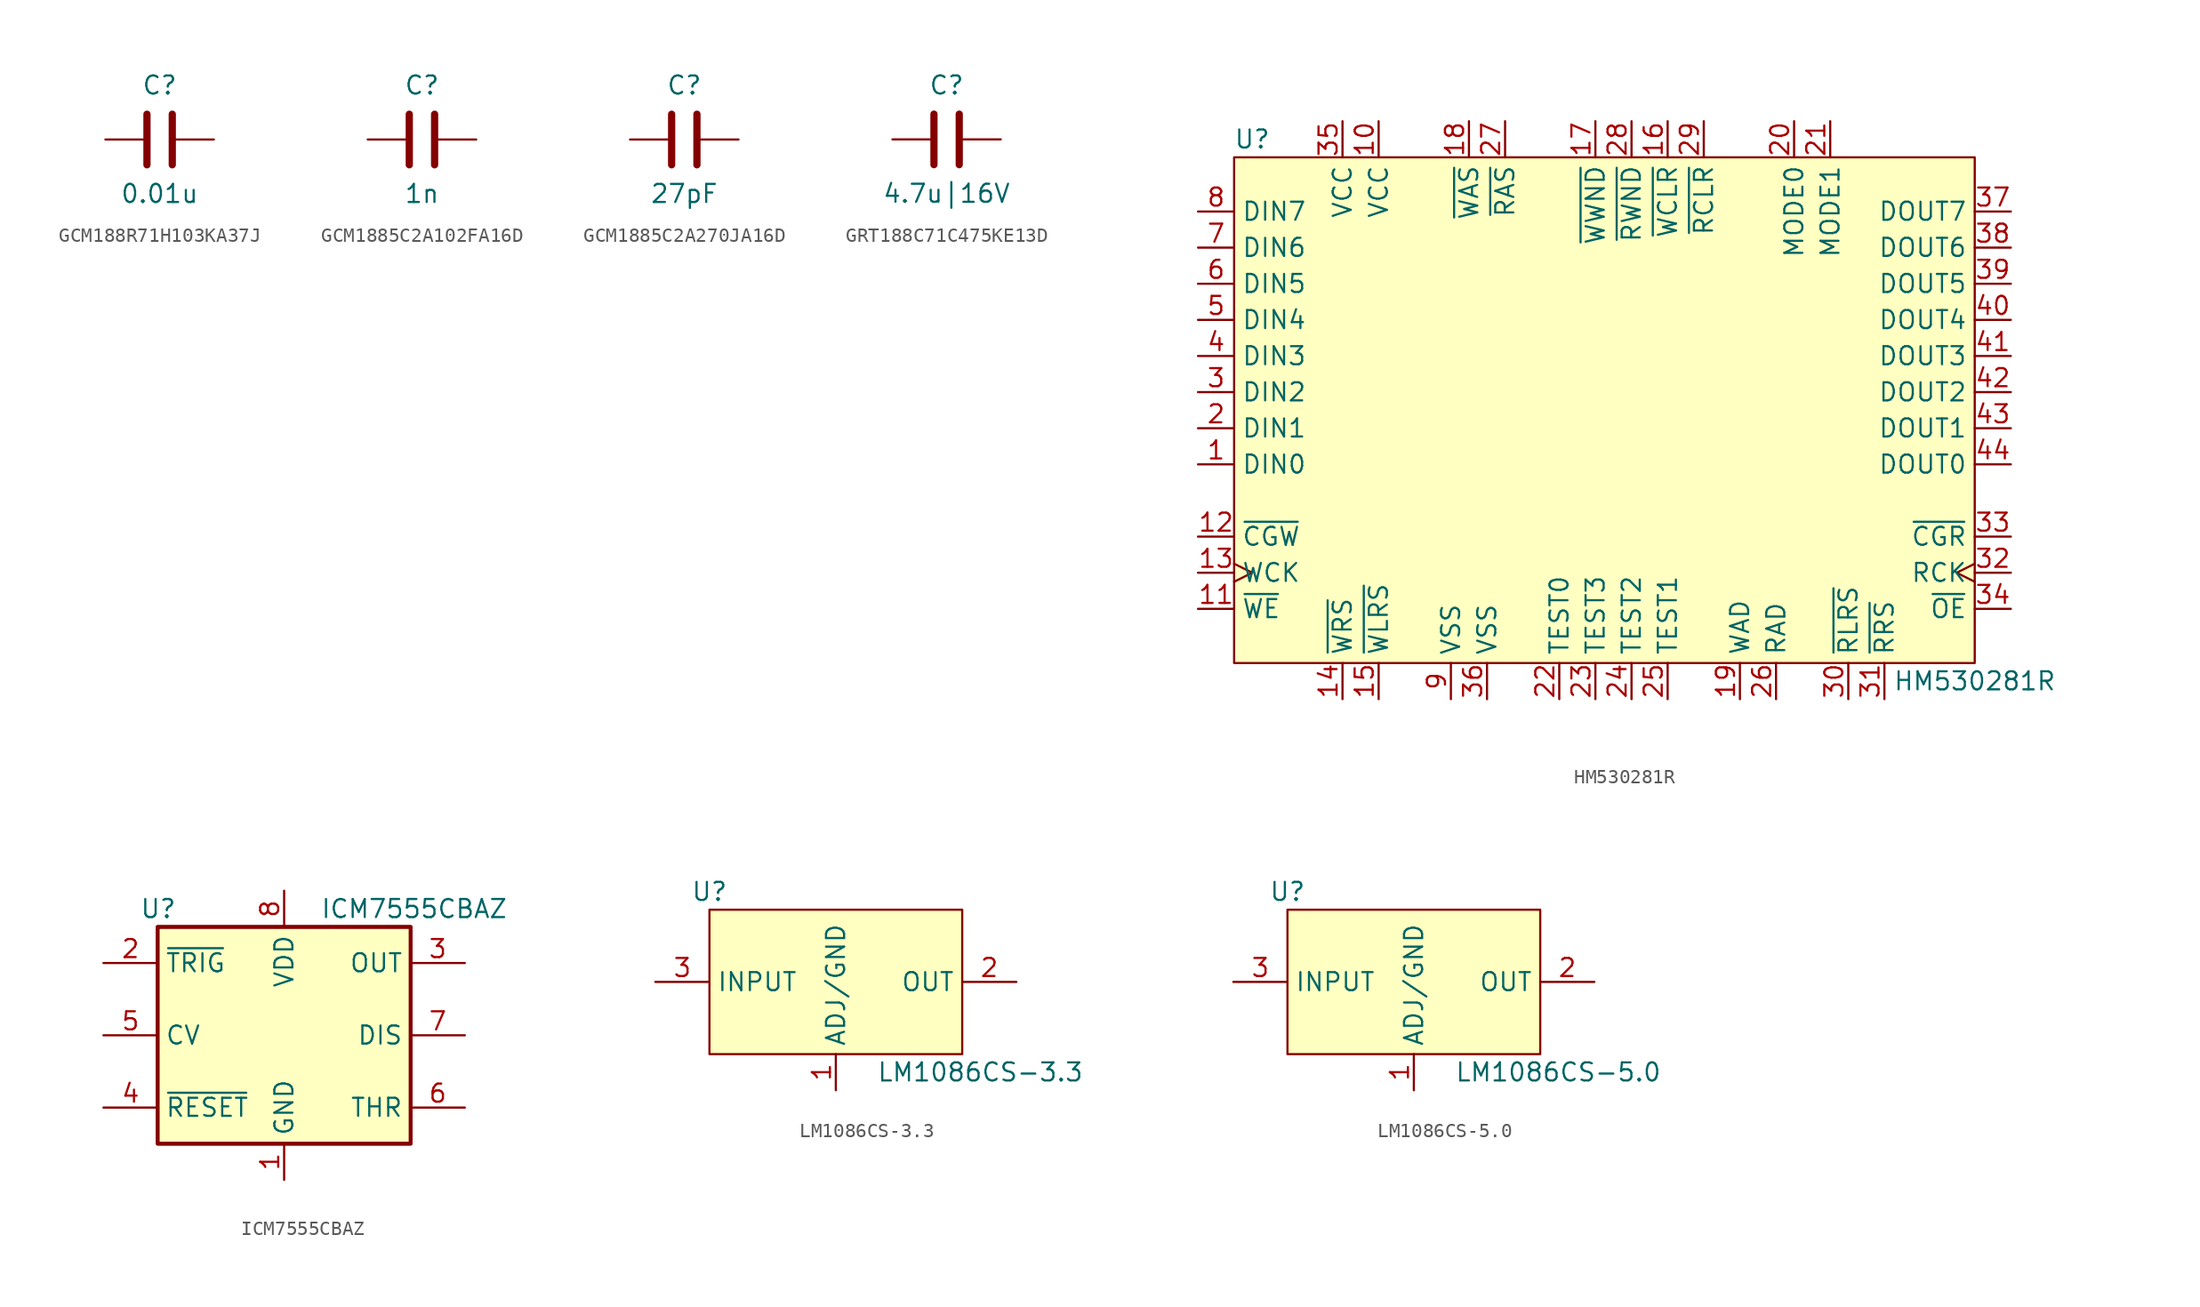
<source format=kicad_sym>
(kicad_symbol_lib
  (version 20220914)
  (generator kicad_symbol_editor)
  (symbol "GCM188R71H103KA37J"
    (pin_numbers hide)
    (pin_names
      (offset 1.016))
    (property "Reference" "C"
      (at 0 3.81 0)
      (effects (font (size 1.27 1.27))))
    (property "Value" "0.01u"
      (at 0 -3.81 0)
      (effects (font (size 1.27 1.27))))
    (symbol "GCM188R71H103KA37J_0_1"
      (rectangle (start -0.889 1.778) (end -0.889 -1.778) (stroke (width 0.508) (type solid)) (fill (type none)))
      (rectangle (start 0.889 1.778) (end 0.889 -1.778) (stroke (width 0.508) (type solid)) (fill (type none))))
    (symbol "GCM188R71H103KA37J_1_1"
      (pin passive line (at -3.81 0 0) (length 2.794) (name "~" (effects (font (size 1.27 1.27)))) (number "1" (effects (font (size 1.27 1.27)))))
      (pin passive line (at 3.81 0 180) (length 2.794) (name "~" (effects (font (size 1.27 1.27)))) (number "2" (effects (font (size 1.27 1.27)))))))
  (symbol "GCM1885C2A102FA16D"
    (pin_numbers hide)
    (pin_names
      (offset 1.016))
    (property "Reference" "C"
      (at 0 3.81 0)
      (effects (font (size 1.27 1.27))))
    (property "Value" "1n"
      (at 0 -3.81 0)
      (effects (font (size 1.27 1.27))))
    (symbol "GCM1885C2A102FA16D_0_1"
      (rectangle (start -0.889 1.778) (end -0.889 -1.778) (stroke (width 0.508) (type solid)) (fill (type none)))
      (rectangle (start 0.889 1.778) (end 0.889 -1.778) (stroke (width 0.508) (type solid)) (fill (type none))))
    (symbol "GCM1885C2A102FA16D_1_1"
      (pin passive line (at -3.81 0 0) (length 2.794) (name "~" (effects (font (size 1.27 1.27)))) (number "1" (effects (font (size 1.27 1.27)))))
      (pin passive line (at 3.81 0 180) (length 2.794) (name "~" (effects (font (size 1.27 1.27)))) (number "2" (effects (font (size 1.27 1.27)))))))
  (symbol "GCM1885C2A270JA16D"
    (pin_numbers hide)
    (pin_names
      (offset 1.016))
    (property "Reference" "C"
      (at 0 3.81 0)
      (effects (font (size 1.27 1.27))))
    (property "Value" "27pF"
      (at 0 -3.81 0)
      (effects (font (size 1.27 1.27))))
    (symbol "GCM1885C2A270JA16D_0_1"
      (rectangle (start -0.889 1.778) (end -0.889 -1.778) (stroke (width 0.508) (type solid)) (fill (type none)))
      (rectangle (start 0.889 1.778) (end 0.889 -1.778) (stroke (width 0.508) (type solid)) (fill (type none))))
    (symbol "GCM1885C2A270JA16D_1_1"
      (pin passive line (at -3.81 0 0) (length 2.794) (name "~" (effects (font (size 1.27 1.27)))) (number "1" (effects (font (size 1.27 1.27)))))
      (pin passive line (at 3.81 0 180) (length 2.794) (name "~" (effects (font (size 1.27 1.27)))) (number "2" (effects (font (size 1.27 1.27)))))))
  (symbol "GRT188C71C475KE13D"
    (pin_numbers hide)
    (pin_names
      (offset 1.016))
    (property "Reference" "C"
      (at 0 3.81 0)
      (effects (font (size 1.27 1.27))))
    (property "Value" "4.7u|16V"
      (at 0 -3.81 0)
      (effects (font (size 1.27 1.27))))
    (symbol "GRT188C71C475KE13D_0_1"
      (rectangle (start -0.889 1.778) (end -0.889 -1.778) (stroke (width 0.508) (type solid)) (fill (type none)))
      (rectangle (start 0.889 1.778) (end 0.889 -1.778) (stroke (width 0.508) (type solid)) (fill (type none))))
    (symbol "GRT188C71C475KE13D_1_1"
      (pin passive line (at -3.81 0 0) (length 2.794) (name "~" (effects (font (size 1.27 1.27)))) (number "1" (effects (font (size 1.27 1.27)))))
      (pin passive line (at 3.81 0 180) (length 2.794) (name "~" (effects (font (size 1.27 1.27)))) (number "2" (effects (font (size 1.27 1.27)))))))
  (symbol "HM530281R"
    (property "Reference" "U"
      (at -25.4 19.05 0)
      (effects (font (size 1.27 1.27))))
    (property "Value" "HM530281R"
      (at 25.4 -19.05 0)
      (effects (font (size 1.27 1.27))))
    (symbol "HM530281R_0_0"
      (pin input line (at -29.21 -3.81 0) (length 2.54) (name "DIN0" (effects (font (size 1.27 1.27)))) (number "1" (effects (font (size 1.27 1.27)))))
      (pin power_in line (at -16.51 20.32 270) (length 2.54) (name "VCC" (effects (font (size 1.27 1.27)))) (number "10" (effects (font (size 1.27 1.27)))))
      (pin input line (at -29.21 -13.97 0) (length 2.54) (name "~{WE}" (effects (font (size 1.27 1.27)))) (number "11" (effects (font (size 1.27 1.27)))))
      (pin input line (at -29.21 -8.89 0) (length 2.54) (name "~{CGW}" (effects (font (size 1.27 1.27)))) (number "12" (effects (font (size 1.27 1.27)))))
      (pin input line (at -19.05 -20.32 90) (length 2.54) (name "~{WRS}" (effects (font (size 1.27 1.27)))) (number "14" (effects (font (size 1.27 1.27)))))
      (pin input line (at -16.51 -20.32 90) (length 2.54) (name "~{WLRS}" (effects (font (size 1.27 1.27)))) (number "15" (effects (font (size 1.27 1.27)))))
      (pin input line (at 3.81 20.32 270) (length 2.54) (name "~{WCLR}" (effects (font (size 1.27 1.27)))) (number "16" (effects (font (size 1.27 1.27)))))
      (pin input line (at -1.27 20.32 270) (length 2.54) (name "~{WWND}" (effects (font (size 1.27 1.27)))) (number "17" (effects (font (size 1.27 1.27)))))
      (pin input line (at -10.16 20.32 270) (length 2.54) (name "~{WAS}" (effects (font (size 1.27 1.27)))) (number "18" (effects (font (size 1.27 1.27)))))
      (pin input line (at 8.89 -20.32 90) (length 2.54) (name "WAD" (effects (font (size 1.27 1.27)))) (number "19" (effects (font (size 1.27 1.27)))))
      (pin input line (at -29.21 -1.27 0) (length 2.54) (name "DIN1" (effects (font (size 1.27 1.27)))) (number "2" (effects (font (size 1.27 1.27)))))
      (pin input line (at 12.7 20.32 270) (length 2.54) (name "MODE0" (effects (font (size 1.27 1.27)))) (number "20" (effects (font (size 1.27 1.27)))))
      (pin input line (at 15.24 20.32 270) (length 2.54) (name "MODE1" (effects (font (size 1.27 1.27)))) (number "21" (effects (font (size 1.27 1.27)))))
      (pin input line (at -3.81 -20.32 90) (length 2.54) (name "TEST0" (effects (font (size 1.27 1.27)))) (number "22" (effects (font (size 1.27 1.27)))))
      (pin input line (at -1.27 -20.32 90) (length 2.54) (name "TEST3" (effects (font (size 1.27 1.27)))) (number "23" (effects (font (size 1.27 1.27)))))
      (pin input line (at 1.27 -20.32 90) (length 2.54) (name "TEST2" (effects (font (size 1.27 1.27)))) (number "24" (effects (font (size 1.27 1.27)))))
      (pin input line (at 3.81 -20.32 90) (length 2.54) (name "TEST1" (effects (font (size 1.27 1.27)))) (number "25" (effects (font (size 1.27 1.27)))))
      (pin input line (at 11.43 -20.32 90) (length 2.54) (name "RAD" (effects (font (size 1.27 1.27)))) (number "26" (effects (font (size 1.27 1.27)))))
      (pin input line (at -7.62 20.32 270) (length 2.54) (name "~{RAS}" (effects (font (size 1.27 1.27)))) (number "27" (effects (font (size 1.27 1.27)))))
      (pin input line (at 1.27 20.32 270) (length 2.54) (name "~{RWND}" (effects (font (size 1.27 1.27)))) (number "28" (effects (font (size 1.27 1.27)))))
      (pin input line (at 6.35 20.32 270) (length 2.54) (name "~{RCLR}" (effects (font (size 1.27 1.27)))) (number "29" (effects (font (size 1.27 1.27)))))
      (pin input line (at -29.21 1.27 0) (length 2.54) (name "DIN2" (effects (font (size 1.27 1.27)))) (number "3" (effects (font (size 1.27 1.27)))))
      (pin input line (at 16.51 -20.32 90) (length 2.54) (name "~{RLRS}" (effects (font (size 1.27 1.27)))) (number "30" (effects (font (size 1.27 1.27)))))
      (pin input line (at 19.05 -20.32 90) (length 2.54) (name "~{RRS}" (effects (font (size 1.27 1.27)))) (number "31" (effects (font (size 1.27 1.27)))))
      (pin input line (at 27.94 -8.89 180) (length 2.54) (name "~{CGR}" (effects (font (size 1.27 1.27)))) (number "33" (effects (font (size 1.27 1.27)))))
      (pin input line (at 27.94 -13.97 180) (length 2.54) (name "~{OE}" (effects (font (size 1.27 1.27)))) (number "34" (effects (font (size 1.27 1.27)))))
      (pin power_in line (at -19.05 20.32 270) (length 2.54) (name "VCC" (effects (font (size 1.27 1.27)))) (number "35" (effects (font (size 1.27 1.27)))))
      (pin power_in line (at -8.89 -20.32 90) (length 2.54) (name "VSS" (effects (font (size 1.27 1.27)))) (number "36" (effects (font (size 1.27 1.27)))))
      (pin tri_state line (at 27.94 13.97 180) (length 2.54) (name "DOUT7" (effects (font (size 1.27 1.27)))) (number "37" (effects (font (size 1.27 1.27)))))
      (pin tri_state line (at 27.94 11.43 180) (length 2.54) (name "DOUT6" (effects (font (size 1.27 1.27)))) (number "38" (effects (font (size 1.27 1.27)))))
      (pin tri_state line (at 27.94 8.89 180) (length 2.54) (name "DOUT5" (effects (font (size 1.27 1.27)))) (number "39" (effects (font (size 1.27 1.27)))))
      (pin input line (at -29.21 3.81 0) (length 2.54) (name "DIN3" (effects (font (size 1.27 1.27)))) (number "4" (effects (font (size 1.27 1.27)))))
      (pin tri_state line (at 27.94 6.35 180) (length 2.54) (name "DOUT4" (effects (font (size 1.27 1.27)))) (number "40" (effects (font (size 1.27 1.27)))))
      (pin tri_state line (at 27.94 3.81 180) (length 2.54) (name "DOUT3" (effects (font (size 1.27 1.27)))) (number "41" (effects (font (size 1.27 1.27)))))
      (pin tri_state line (at 27.94 1.27 180) (length 2.54) (name "DOUT2" (effects (font (size 1.27 1.27)))) (number "42" (effects (font (size 1.27 1.27)))))
      (pin tri_state line (at 27.94 -1.27 180) (length 2.54) (name "DOUT1" (effects (font (size 1.27 1.27)))) (number "43" (effects (font (size 1.27 1.27)))))
      (pin tri_state line (at 27.94 -3.81 180) (length 2.54) (name "DOUT0" (effects (font (size 1.27 1.27)))) (number "44" (effects (font (size 1.27 1.27)))))
      (pin input line (at -29.21 6.35 0) (length 2.54) (name "DIN4" (effects (font (size 1.27 1.27)))) (number "5" (effects (font (size 1.27 1.27)))))
      (pin input line (at -29.21 8.89 0) (length 2.54) (name "DIN5" (effects (font (size 1.27 1.27)))) (number "6" (effects (font (size 1.27 1.27)))))
      (pin input line (at -29.21 11.43 0) (length 2.54) (name "DIN6" (effects (font (size 1.27 1.27)))) (number "7" (effects (font (size 1.27 1.27)))))
      (pin input line (at -29.21 13.97 0) (length 2.54) (name "DIN7" (effects (font (size 1.27 1.27)))) (number "8" (effects (font (size 1.27 1.27)))))
      (pin power_in line (at -11.43 -20.32 90) (length 2.54) (name "VSS" (effects (font (size 1.27 1.27)))) (number "9" (effects (font (size 1.27 1.27))))))
    (symbol "HM530281R_1_0"
      (pin input clock (at -29.21 -11.43 0) (length 2.54) (name "WCK" (effects (font (size 1.27 1.27)))) (number "13" (effects (font (size 1.27 1.27)))))
      (pin input clock (at 27.94 -11.43 180) (length 2.54) (name "RCK" (effects (font (size 1.27 1.27)))) (number "32" (effects (font (size 1.27 1.27))))))
    (symbol "HM530281R_1_1"
      (rectangle (start -26.67 17.78) (end 25.4 -17.78) (stroke (width 0) (type default)) (fill (type background)))))
  (symbol "ICM7555CBAZ"
    (property "Reference" "U"
      (at -10.16 8.89 0)
      (effects (font (size 1.27 1.27)) (justify left)))
    (property "Value" "ICM7555CBAZ"
      (at 2.54 8.89 0)
      (effects (font (size 1.27 1.27)) (justify left)))
    (symbol "ICM7555CBAZ_0_0"
      (pin power_in line (at 0 -10.16 90) (length 2.54) (name "GND" (effects (font (size 1.27 1.27)))) (number "1" (effects (font (size 1.27 1.27)))))
      (pin power_in line (at 0 10.16 270) (length 2.54) (name "VDD" (effects (font (size 1.27 1.27)))) (number "8" (effects (font (size 1.27 1.27))))))
    (symbol "ICM7555CBAZ_0_1"
      (rectangle (start -8.89 -7.62) (end 8.89 7.62) (stroke (width 0.254) (type default)) (fill (type background)))
      (rectangle (start -8.89 -7.62) (end 8.89 7.62) (stroke (width 0.254) (type default)) (fill (type background))))
    (symbol "ICM7555CBAZ_1_1"
      (pin input line (at -12.7 5.08 0) (length 3.81) (name "~{TRIG}" (effects (font (size 1.27 1.27)))) (number "2" (effects (font (size 1.27 1.27)))))
      (pin output line (at 12.7 5.08 180) (length 3.81) (name "OUT" (effects (font (size 1.27 1.27)))) (number "3" (effects (font (size 1.27 1.27)))))
      (pin input line (at -12.7 -5.08 0) (length 3.81) (name "~{RESET}" (effects (font (size 1.27 1.27)))) (number "4" (effects (font (size 1.27 1.27)))))
      (pin input line (at -12.7 0 0) (length 3.81) (name "CV" (effects (font (size 1.27 1.27)))) (number "5" (effects (font (size 1.27 1.27)))))
      (pin input line (at 12.7 -5.08 180) (length 3.81) (name "THR" (effects (font (size 1.27 1.27)))) (number "6" (effects (font (size 1.27 1.27)))))
      (pin input line (at 12.7 0 180) (length 3.81) (name "DIS" (effects (font (size 1.27 1.27)))) (number "7" (effects (font (size 1.27 1.27)))))))
  (symbol "LM1086CS-3.3"
    (property "Reference" "U"
      (at -8.89 6.35 0)
      (effects (font (size 1.27 1.27))))
    (property "Value" "LM1086CS-3.3"
      (at 10.16 -6.35 0)
      (effects (font (size 1.27 1.27))))
    (symbol "LM1086CS-3.3_1_1"
      (rectangle (start -8.89 5.08) (end 8.89 -5.08) (stroke (width 0) (type default)) (fill (type background)))
      (pin power_in line (at 0 -7.62 90) (length 2.54) (name "ADJ/GND" (effects (font (size 1.27 1.27)))) (number "1" (effects (font (size 1.27 1.27)))))
      (pin power_out line (at 12.7 0 180) (length 3.81) (name "OUT" (effects (font (size 1.27 1.27)))) (number "2" (effects (font (size 1.27 1.27)))))
      (pin power_in line (at -12.7 0 0) (length 3.81) (name "INPUT" (effects (font (size 1.27 1.27)))) (number "3" (effects (font (size 1.27 1.27)))))))
  (symbol "LM1086CS-5.0"
    (property "Reference" "U"
      (at -8.89 6.35 0)
      (effects (font (size 1.27 1.27))))
    (property "Value" "LM1086CS-5.0"
      (at 10.16 -6.35 0)
      (effects (font (size 1.27 1.27))))
    (symbol "LM1086CS-5.0_1_1"
      (rectangle (start -8.89 5.08) (end 8.89 -5.08) (stroke (width 0) (type default)) (fill (type background)))
      (pin power_in line (at 0 -7.62 90) (length 2.54) (name "ADJ/GND" (effects (font (size 1.27 1.27)))) (number "1" (effects (font (size 1.27 1.27)))))
      (pin power_out line (at 12.7 0 180) (length 3.81) (name "OUT" (effects (font (size 1.27 1.27)))) (number "2" (effects (font (size 1.27 1.27)))))
      (pin power_in line (at -12.7 0 0) (length 3.81) (name "INPUT" (effects (font (size 1.27 1.27)))) (number "3" (effects (font (size 1.27 1.27))))))))
</source>
